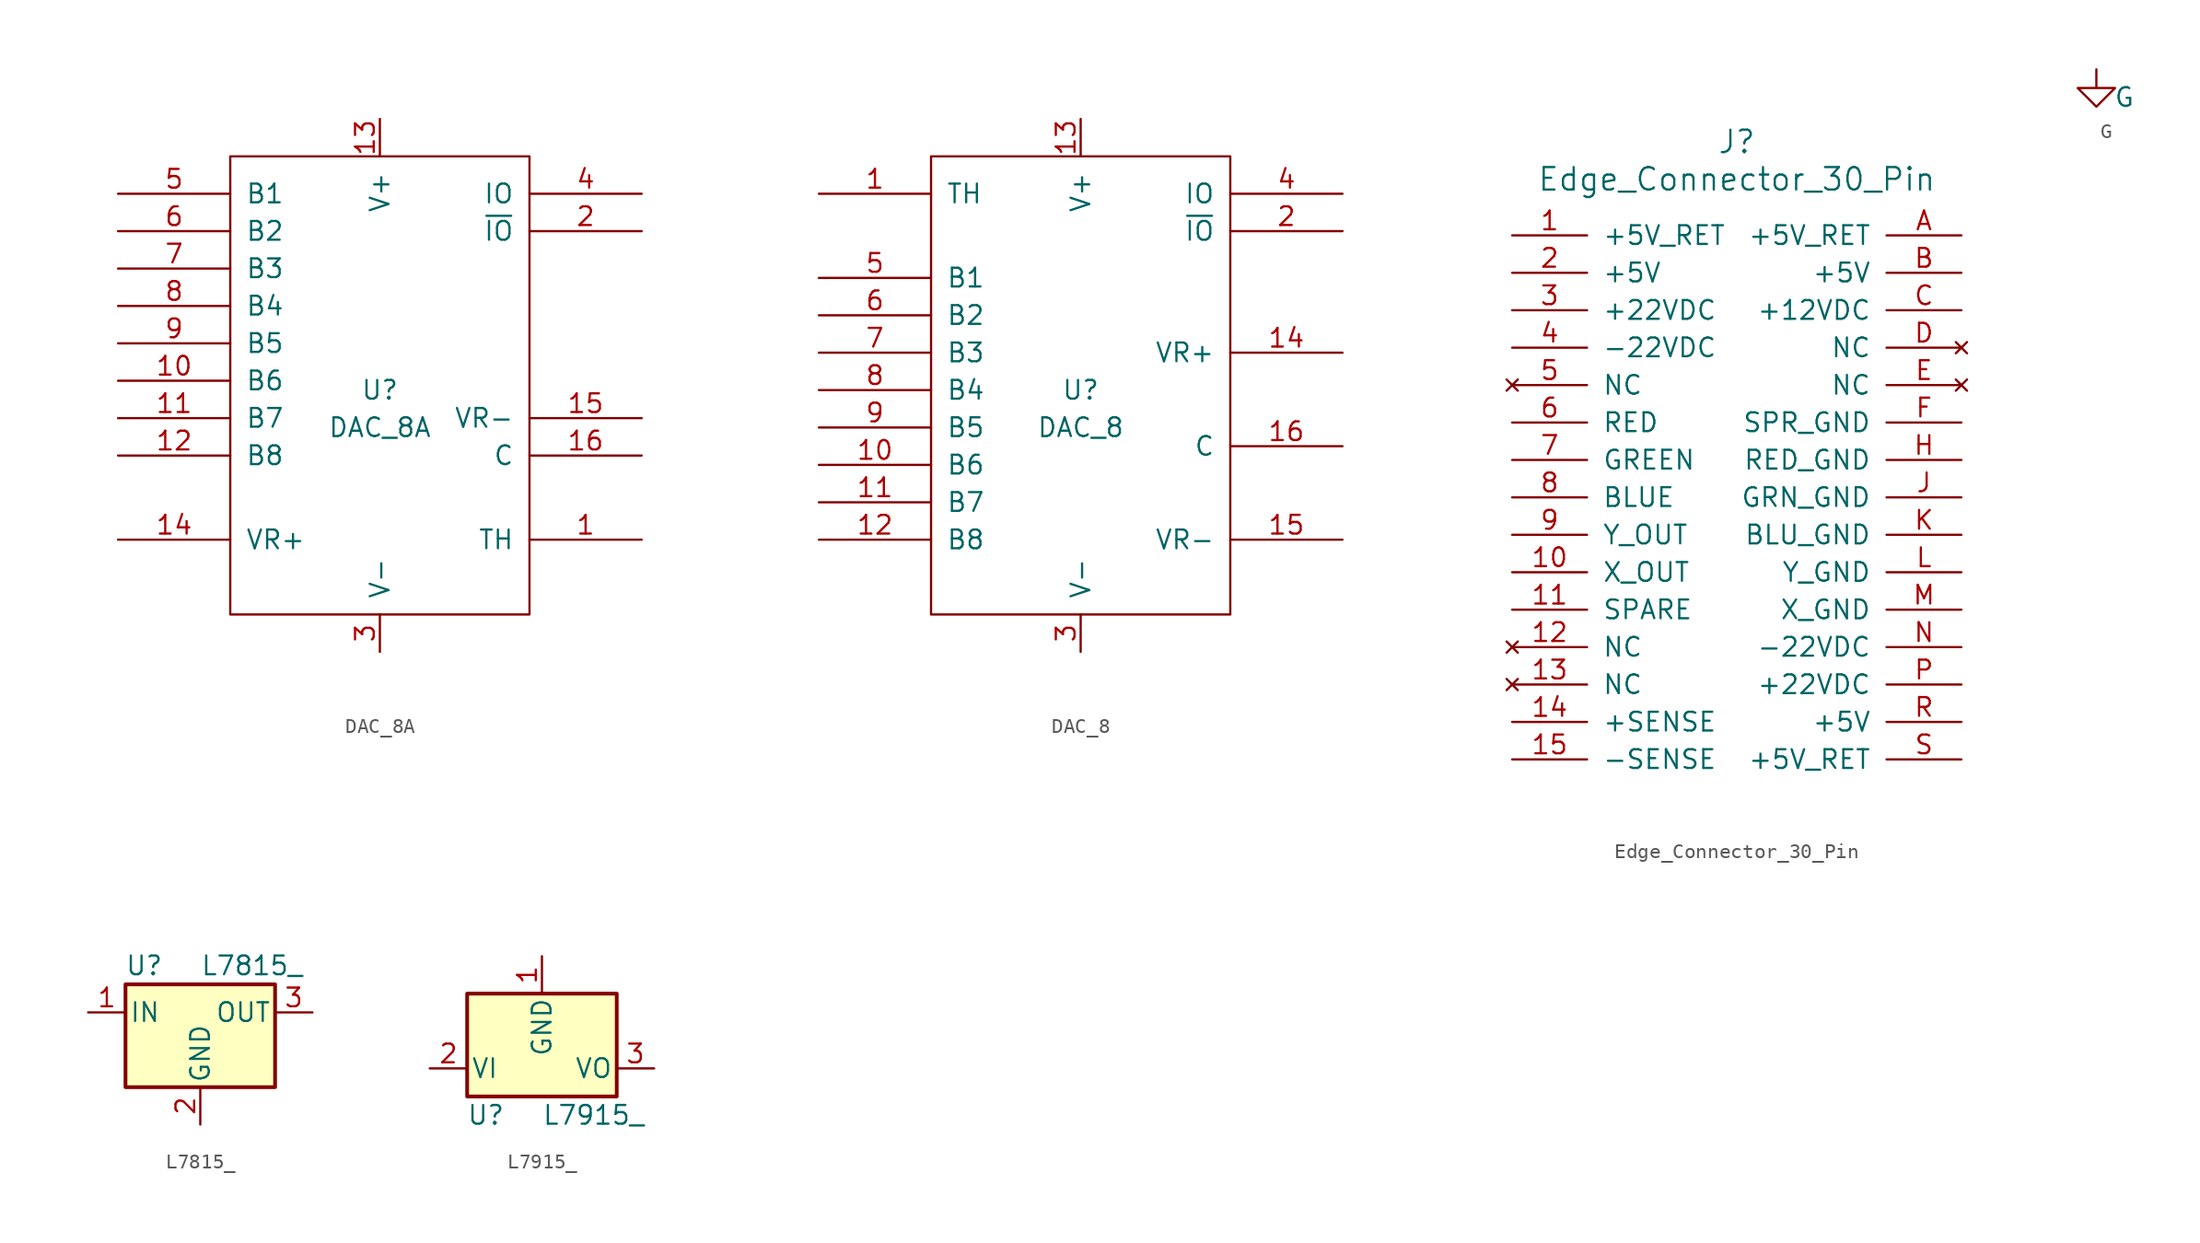
<source format=kicad_sym>
(kicad_symbol_lib
  (version 20211014)
  (generator kicad_symbol_editor)
  (symbol "DAC_8A"
    (pin_names
      (offset 1.016))
    (property "Reference" "U"
      (at 0 1.27 0)
      (effects (font (size 1.27 1.27))))
    (property "Value" "DAC_8A"
      (at 0 -1.27 0)
      (effects (font (size 1.27 1.27))))
    (symbol "DAC_8A_0_0"
      (pin input line (at 0 -16.51 90) (length 2.54) (name "V-" (effects (font (size 1.27 1.27)))) (number "3" (effects (font (size 1.27 1.27))))))
    (symbol "DAC_8A_0_1"
      (rectangle (start -10.16 17.145) (end 10.16 -13.97) (stroke (width 0) (type default) (color 0 0 0 0)) (fill (type none))))
    (symbol "DAC_8A_1_0"
      (pin power_in line (at 0 19.685 270) (length 2.54) (name "V+" (effects (font (size 1.27 1.27)))) (number "13" (effects (font (size 1.27 1.27))))))
    (symbol "DAC_8A_1_1"
      (pin input line (at 17.78 -8.89 180) (length 7.62) (name "TH" (effects (font (size 1.27 1.27)))) (number "1" (effects (font (size 1.27 1.27)))))
      (pin input line (at -17.78 1.905 0) (length 7.62) (name "B6" (effects (font (size 1.27 1.27)))) (number "10" (effects (font (size 1.27 1.27)))))
      (pin input line (at -17.78 -0.635 0) (length 7.62) (name "B7" (effects (font (size 1.27 1.27)))) (number "11" (effects (font (size 1.27 1.27)))))
      (pin input line (at -17.78 -3.175 0) (length 7.62) (name "B8" (effects (font (size 1.27 1.27)))) (number "12" (effects (font (size 1.27 1.27)))))
      (pin output line (at -17.78 -8.89 0) (length 7.62) (name "VR+" (effects (font (size 1.27 1.27)))) (number "14" (effects (font (size 1.27 1.27)))))
      (pin output line (at 17.78 -0.635 180) (length 7.62) (name "VR-" (effects (font (size 1.27 1.27)))) (number "15" (effects (font (size 1.27 1.27)))))
      (pin output line (at 17.78 -3.175 180) (length 7.62) (name "C" (effects (font (size 1.27 1.27)))) (number "16" (effects (font (size 1.27 1.27)))))
      (pin input line (at 17.78 12.065 180) (length 7.62) (name "~{IO}" (effects (font (size 1.27 1.27)))) (number "2" (effects (font (size 1.27 1.27)))))
      (pin output line (at 17.78 14.605 180) (length 7.62) (name "IO" (effects (font (size 1.27 1.27)))) (number "4" (effects (font (size 1.27 1.27)))))
      (pin input line (at -17.78 14.605 0) (length 7.62) (name "B1" (effects (font (size 1.27 1.27)))) (number "5" (effects (font (size 1.27 1.27)))))
      (pin input line (at -17.78 12.065 0) (length 7.62) (name "B2" (effects (font (size 1.27 1.27)))) (number "6" (effects (font (size 1.27 1.27)))))
      (pin input line (at -17.78 9.525 0) (length 7.62) (name "B3" (effects (font (size 1.27 1.27)))) (number "7" (effects (font (size 1.27 1.27)))))
      (pin input line (at -17.78 6.985 0) (length 7.62) (name "B4" (effects (font (size 1.27 1.27)))) (number "8" (effects (font (size 1.27 1.27)))))
      (pin input line (at -17.78 4.445 0) (length 7.62) (name "B5" (effects (font (size 1.27 1.27)))) (number "9" (effects (font (size 1.27 1.27)))))))
  (symbol "DAC_8"
    (pin_names
      (offset 1.016))
    (property "Reference" "U"
      (at 0 1.27 0)
      (effects (font (size 1.27 1.27))))
    (property "Value" "DAC_8"
      (at 0 -1.27 0)
      (effects (font (size 1.27 1.27))))
    (symbol "DAC_8_0_0"
      (pin input line (at 0 -16.51 90) (length 2.54) (name "V-" (effects (font (size 1.27 1.27)))) (number "3" (effects (font (size 1.27 1.27))))))
    (symbol "DAC_8_0_1"
      (rectangle (start -10.16 17.145) (end 10.16 -13.97) (stroke (width 0) (type default) (color 0 0 0 0)) (fill (type none))))
    (symbol "DAC_8_1_0"
      (pin power_in line (at 0 19.685 270) (length 2.54) (name "V+" (effects (font (size 1.27 1.27)))) (number "13" (effects (font (size 1.27 1.27))))))
    (symbol "DAC_8_1_1"
      (pin input line (at -17.78 14.605 0) (length 7.62) (name "TH" (effects (font (size 1.27 1.27)))) (number "1" (effects (font (size 1.27 1.27)))))
      (pin input line (at -17.78 -3.81 0) (length 7.62) (name "B6" (effects (font (size 1.27 1.27)))) (number "10" (effects (font (size 1.27 1.27)))))
      (pin input line (at -17.78 -6.35 0) (length 7.62) (name "B7" (effects (font (size 1.27 1.27)))) (number "11" (effects (font (size 1.27 1.27)))))
      (pin input line (at -17.78 -8.89 0) (length 7.62) (name "B8" (effects (font (size 1.27 1.27)))) (number "12" (effects (font (size 1.27 1.27)))))
      (pin input line (at 17.78 3.81 180) (length 7.62) (name "VR+" (effects (font (size 1.27 1.27)))) (number "14" (effects (font (size 1.27 1.27)))))
      (pin input line (at 17.78 -8.89 180) (length 7.62) (name "VR-" (effects (font (size 1.27 1.27)))) (number "15" (effects (font (size 1.27 1.27)))))
      (pin input line (at 17.78 -2.54 180) (length 7.62) (name "C" (effects (font (size 1.27 1.27)))) (number "16" (effects (font (size 1.27 1.27)))))
      (pin input line (at 17.78 12.065 180) (length 7.62) (name "~{IO}" (effects (font (size 1.27 1.27)))) (number "2" (effects (font (size 1.27 1.27)))))
      (pin input line (at 17.78 14.605 180) (length 7.62) (name "IO" (effects (font (size 1.27 1.27)))) (number "4" (effects (font (size 1.27 1.27)))))
      (pin input line (at -17.78 8.89 0) (length 7.62) (name "B1" (effects (font (size 1.27 1.27)))) (number "5" (effects (font (size 1.27 1.27)))))
      (pin input line (at -17.78 6.35 0) (length 7.62) (name "B2" (effects (font (size 1.27 1.27)))) (number "6" (effects (font (size 1.27 1.27)))))
      (pin input line (at -17.78 3.81 0) (length 7.62) (name "B3" (effects (font (size 1.27 1.27)))) (number "7" (effects (font (size 1.27 1.27)))))
      (pin input line (at -17.78 1.27 0) (length 7.62) (name "B4" (effects (font (size 1.27 1.27)))) (number "8" (effects (font (size 1.27 1.27)))))
      (pin input line (at -17.78 -1.27 0) (length 7.62) (name "B5" (effects (font (size 1.27 1.27)))) (number "9" (effects (font (size 1.27 1.27)))))))
  (symbol "Edge_Connector_30_Pin"
    (pin_names
      (offset 1.016))
    (property "Reference" "J"
      (at 0 22.86 0)
      (effects (font (size 1.524 1.524))))
    (property "Value" "Edge_Connector_30_Pin"
      (at 0 20.32 0)
      (effects (font (size 1.524 1.524))))
    (symbol "Edge_Connector_30_Pin_1_1"
      (pin power_in line (at -15.24 16.51 0) (length 5.08) (name "+5V_RET" (effects (font (size 1.27 1.27)))) (number "1" (effects (font (size 1.27 1.27)))))
      (pin bidirectional line (at -15.24 -6.35 0) (length 5.08) (name "X_OUT" (effects (font (size 1.27 1.27)))) (number "10" (effects (font (size 1.27 1.27)))))
      (pin bidirectional line (at -15.24 -8.89 0) (length 5.08) (name "SPARE" (effects (font (size 1.27 1.27)))) (number "11" (effects (font (size 1.27 1.27)))))
      (pin no_connect line (at -15.24 -11.43 0) (length 5.08) (name "NC" (effects (font (size 1.27 1.27)))) (number "12" (effects (font (size 1.27 1.27)))))
      (pin no_connect line (at -15.24 -13.97 0) (length 5.08) (name "NC" (effects (font (size 1.27 1.27)))) (number "13" (effects (font (size 1.27 1.27)))))
      (pin power_in line (at -15.24 -16.51 0) (length 5.08) (name "+SENSE" (effects (font (size 1.27 1.27)))) (number "14" (effects (font (size 1.27 1.27)))))
      (pin power_in line (at -15.24 -19.05 0) (length 5.08) (name "-SENSE" (effects (font (size 1.27 1.27)))) (number "15" (effects (font (size 1.27 1.27)))))
      (pin power_in line (at -15.24 13.97 0) (length 5.08) (name "+5V" (effects (font (size 1.27 1.27)))) (number "2" (effects (font (size 1.27 1.27)))))
      (pin bidirectional line (at -15.24 11.43 0) (length 5.08) (name "+22VDC" (effects (font (size 1.27 1.27)))) (number "3" (effects (font (size 1.27 1.27)))))
      (pin bidirectional line (at -15.24 8.89 0) (length 5.08) (name "-22VDC" (effects (font (size 1.27 1.27)))) (number "4" (effects (font (size 1.27 1.27)))))
      (pin no_connect line (at -15.24 6.35 0) (length 5.08) (name "NC" (effects (font (size 1.27 1.27)))) (number "5" (effects (font (size 1.27 1.27)))))
      (pin bidirectional line (at -15.24 3.81 0) (length 5.08) (name "RED" (effects (font (size 1.27 1.27)))) (number "6" (effects (font (size 1.27 1.27)))))
      (pin bidirectional line (at -15.24 1.27 0) (length 5.08) (name "GREEN" (effects (font (size 1.27 1.27)))) (number "7" (effects (font (size 1.27 1.27)))))
      (pin bidirectional line (at -15.24 -1.27 0) (length 5.08) (name "BLUE" (effects (font (size 1.27 1.27)))) (number "8" (effects (font (size 1.27 1.27)))))
      (pin bidirectional line (at -15.24 -3.81 0) (length 5.08) (name "Y_OUT" (effects (font (size 1.27 1.27)))) (number "9" (effects (font (size 1.27 1.27)))))
      (pin power_in line (at 15.24 16.51 180) (length 5.08) (name "+5V_RET" (effects (font (size 1.27 1.27)))) (number "A" (effects (font (size 1.27 1.27)))))
      (pin power_in line (at 15.24 13.97 180) (length 5.08) (name "+5V" (effects (font (size 1.27 1.27)))) (number "B" (effects (font (size 1.27 1.27)))))
      (pin bidirectional line (at 15.24 11.43 180) (length 5.08) (name "+12VDC" (effects (font (size 1.27 1.27)))) (number "C" (effects (font (size 1.27 1.27)))))
      (pin no_connect line (at 15.24 8.89 180) (length 5.08) (name "NC" (effects (font (size 1.27 1.27)))) (number "D" (effects (font (size 1.27 1.27)))))
      (pin no_connect line (at 15.24 6.35 180) (length 5.08) (name "NC" (effects (font (size 1.27 1.27)))) (number "E" (effects (font (size 1.27 1.27)))))
      (pin passive line (at 15.24 3.81 180) (length 5.08) (name "SPR_GND" (effects (font (size 1.27 1.27)))) (number "F" (effects (font (size 1.27 1.27)))))
      (pin passive line (at 15.24 1.27 180) (length 5.08) (name "RED_GND" (effects (font (size 1.27 1.27)))) (number "H" (effects (font (size 1.27 1.27)))))
      (pin passive line (at 15.24 -1.27 180) (length 5.08) (name "GRN_GND" (effects (font (size 1.27 1.27)))) (number "J" (effects (font (size 1.27 1.27)))))
      (pin passive line (at 15.24 -3.81 180) (length 5.08) (name "BLU_GND" (effects (font (size 1.27 1.27)))) (number "K" (effects (font (size 1.27 1.27)))))
      (pin passive line (at 15.24 -6.35 180) (length 5.08) (name "Y_GND" (effects (font (size 1.27 1.27)))) (number "L" (effects (font (size 1.27 1.27)))))
      (pin passive line (at 15.24 -8.89 180) (length 5.08) (name "X_GND" (effects (font (size 1.27 1.27)))) (number "M" (effects (font (size 1.27 1.27)))))
      (pin bidirectional line (at 15.24 -11.43 180) (length 5.08) (name "-22VDC" (effects (font (size 1.27 1.27)))) (number "N" (effects (font (size 1.27 1.27)))))
      (pin bidirectional line (at 15.24 -13.97 180) (length 5.08) (name "+22VDC" (effects (font (size 1.27 1.27)))) (number "P" (effects (font (size 1.27 1.27)))))
      (pin power_in line (at 15.24 -16.51 180) (length 5.08) (name "+5V" (effects (font (size 1.27 1.27)))) (number "R" (effects (font (size 1.27 1.27)))))
      (pin power_in line (at 15.24 -19.05 180) (length 5.08) (name "+5V_RET" (effects (font (size 1.27 1.27)))) (number "S" (effects (font (size 1.27 1.27)))))))
  (symbol "G"
    (power)
    (pin_names
      (offset 0))
    (property "Reference" "#PWR"
      (at 0 -6.35 0)
      (effects (font (size 1.27 1.27)) hide))
    (property "Value" "G"
      (at 1.905 -1.905 0)
      (effects (font (size 1.27 1.27))))
    (symbol "G_0_1"
      (polyline (pts (xy 0 0) (xy 0 -1.27) (xy 1.27 -1.27) (xy 0 -2.54) (xy -1.27 -1.27) (xy 0 -1.27)) (stroke (width 0) (type default) (color 0 0 0 0)) (fill (type none))))
    (symbol "G_1_1"
      (pin bidirectional line (at 0 0 270) (length 0) hide (name "GND" (effects (font (size 1.27 1.27)))) (number "1" (effects (font (size 1.27 1.27)))))))
  (symbol "L7815_"
    (pin_names
      (offset 0.254))
    (property "Reference" "U"
      (at -3.81 3.175 0)
      (effects (font (size 1.27 1.27))))
    (property "Value" "L7815_"
      (at 0 3.175 0)
      (effects (font (size 1.27 1.27)) (justify left)))
    (symbol "L7815__0_1"
      (rectangle (start -5.08 1.905) (end 5.08 -5.08) (stroke (width 0.254) (type default) (color 0 0 0 0)) (fill (type background))))
    (symbol "L7815__1_1"
      (pin bidirectional line (at -7.62 0 0) (length 2.54) (name "IN" (effects (font (size 1.27 1.27)))) (number "1" (effects (font (size 1.27 1.27)))))
      (pin power_in line (at 0 -7.62 90) (length 2.54) (name "GND" (effects (font (size 1.27 1.27)))) (number "2" (effects (font (size 1.27 1.27)))))
      (pin bidirectional line (at 7.62 0 180) (length 2.54) (name "OUT" (effects (font (size 1.27 1.27)))) (number "3" (effects (font (size 1.27 1.27)))))))
  (symbol "L7915_"
    (pin_names
      (offset 0.254))
    (property "Reference" "U"
      (at -3.81 -3.175 0)
      (effects (font (size 1.27 1.27))))
    (property "Value" "L7915_"
      (at 0 -3.175 0)
      (effects (font (size 1.27 1.27)) (justify left)))
    (symbol "L7915__0_1"
      (rectangle (start -5.08 5.08) (end 5.08 -1.905) (stroke (width 0.254) (type default) (color 0 0 0 0)) (fill (type background))))
    (symbol "L7915__1_1"
      (pin power_in line (at 0 7.62 270) (length 2.54) (name "GND" (effects (font (size 1.27 1.27)))) (number "1" (effects (font (size 1.27 1.27)))))
      (pin bidirectional line (at -7.62 0 0) (length 2.54) (name "VI" (effects (font (size 1.27 1.27)))) (number "2" (effects (font (size 1.27 1.27)))))
      (pin bidirectional line (at 7.62 0 180) (length 2.54) (name "VO" (effects (font (size 1.27 1.27)))) (number "3" (effects (font (size 1.27 1.27))))))))
</source>
